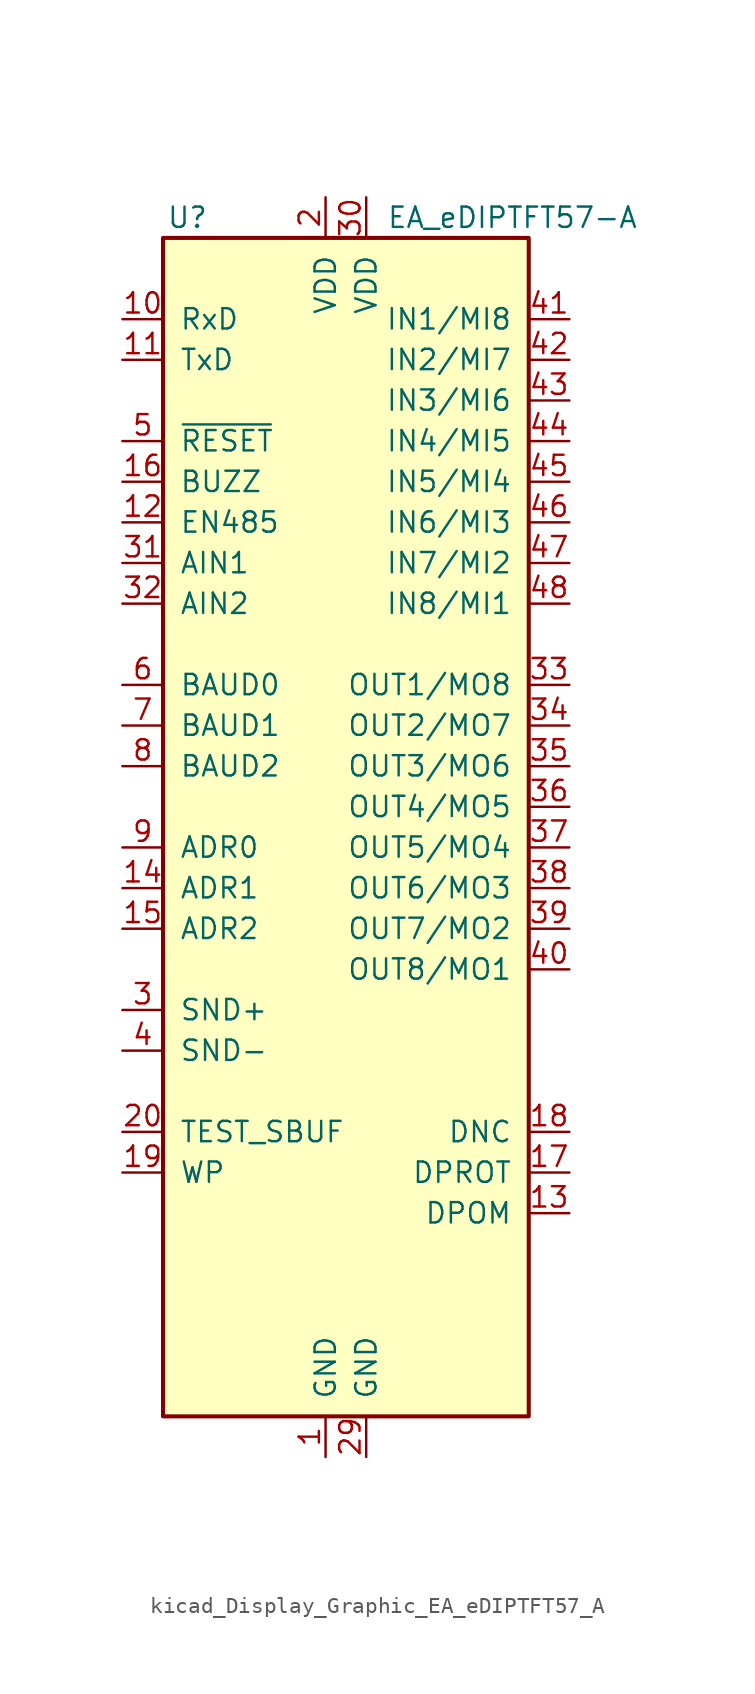
<source format=kicad_sym>
(kicad_symbol_lib
  (version 20220914)
  (generator kicad_symbol_editor)
  (symbol "kicad_Display_Graphic_EA_eDIPTFT57_A"
    (pin_names
      (offset 1.016))
    (property "Reference" "U"
      (at -8.636 36.83 0)
      (effects (font (size 1.27 1.27))))
    (property "Value" "EA_eDIPTFT57-A"
      (at 3.81 36.83 0)
      (effects (font (size 1.27 1.27)) (justify left)))
    (symbol "kicad_Display_Graphic_EA_eDIPTFT57_A_0_1"
      (rectangle (start -10.16 35.56) (end 12.7 -38.1) (stroke (width 0.254) (type default)) (fill (type background))))
    (symbol "kicad_Display_Graphic_EA_eDIPTFT57_A_1_1"
      (pin power_in line (at 0 -40.64 90) (length 2.54) (name "GND" (effects (font (size 1.27 1.27)))) (number "1" (effects (font (size 1.27 1.27)))))
      (pin input line (at -12.7 30.48 0) (length 2.54) (name "RxD" (effects (font (size 1.27 1.27)))) (number "10" (effects (font (size 1.27 1.27)))))
      (pin output line (at -12.7 27.94 0) (length 2.54) (name "TxD" (effects (font (size 1.27 1.27)))) (number "11" (effects (font (size 1.27 1.27)))))
      (pin output line (at -12.7 17.78 0) (length 2.54) (name "EN485" (effects (font (size 1.27 1.27)))) (number "12" (effects (font (size 1.27 1.27)))))
      (pin input line (at 15.24 -25.4 180) (length 2.54) (name "DPOM" (effects (font (size 1.27 1.27)))) (number "13" (effects (font (size 1.27 1.27)))))
      (pin input line (at -12.7 -5.08 0) (length 2.54) (name "ADR1" (effects (font (size 1.27 1.27)))) (number "14" (effects (font (size 1.27 1.27)))))
      (pin input line (at -12.7 -7.62 0) (length 2.54) (name "ADR2" (effects (font (size 1.27 1.27)))) (number "15" (effects (font (size 1.27 1.27)))))
      (pin output line (at -12.7 20.32 0) (length 2.54) (name "BUZZ" (effects (font (size 1.27 1.27)))) (number "16" (effects (font (size 1.27 1.27)))))
      (pin input line (at 15.24 -22.86 180) (length 2.54) (name "DPROT" (effects (font (size 1.27 1.27)))) (number "17" (effects (font (size 1.27 1.27)))))
      (pin output line (at 15.24 -20.32 180) (length 2.54) (name "DNC" (effects (font (size 1.27 1.27)))) (number "18" (effects (font (size 1.27 1.27)))))
      (pin input line (at -12.7 -22.86 0) (length 2.54) (name "WP" (effects (font (size 1.27 1.27)))) (number "19" (effects (font (size 1.27 1.27)))))
      (pin power_in line (at 0 38.1 270) (length 2.54) (name "VDD" (effects (font (size 1.27 1.27)))) (number "2" (effects (font (size 1.27 1.27)))))
      (pin bidirectional line (at -12.7 -20.32 0) (length 2.54) (name "TEST_SBUF" (effects (font (size 1.27 1.27)))) (number "20" (effects (font (size 1.27 1.27)))))
      (pin no_connect line (at -10.16 -27.94 0) (length 2.54) hide (name "NC" (effects (font (size 1.27 1.27)))) (number "21" (effects (font (size 1.27 1.27)))))
      (pin no_connect line (at -10.16 -30.48 0) (length 2.54) hide (name "NC" (effects (font (size 1.27 1.27)))) (number "22" (effects (font (size 1.27 1.27)))))
      (pin no_connect line (at -10.16 -33.02 0) (length 2.54) hide (name "NC" (effects (font (size 1.27 1.27)))) (number "23" (effects (font (size 1.27 1.27)))))
      (pin no_connect line (at -10.16 -35.56 0) (length 2.54) hide (name "NC" (effects (font (size 1.27 1.27)))) (number "24" (effects (font (size 1.27 1.27)))))
      (pin no_connect line (at 12.7 -35.56 180) (length 2.54) hide (name "NC" (effects (font (size 1.27 1.27)))) (number "25" (effects (font (size 1.27 1.27)))))
      (pin no_connect line (at 12.7 -33.02 180) (length 2.54) hide (name "NC" (effects (font (size 1.27 1.27)))) (number "26" (effects (font (size 1.27 1.27)))))
      (pin no_connect line (at 12.7 -30.48 180) (length 2.54) hide (name "NC" (effects (font (size 1.27 1.27)))) (number "27" (effects (font (size 1.27 1.27)))))
      (pin no_connect line (at 12.7 -27.94 180) (length 2.54) hide (name "NC" (effects (font (size 1.27 1.27)))) (number "28" (effects (font (size 1.27 1.27)))))
      (pin power_in line (at 2.54 -40.64 90) (length 2.54) (name "GND" (effects (font (size 1.27 1.27)))) (number "29" (effects (font (size 1.27 1.27)))))
      (pin output line (at -12.7 -12.7 0) (length 2.54) (name "SND+" (effects (font (size 1.27 1.27)))) (number "3" (effects (font (size 1.27 1.27)))))
      (pin power_in line (at 2.54 38.1 270) (length 2.54) (name "VDD" (effects (font (size 1.27 1.27)))) (number "30" (effects (font (size 1.27 1.27)))))
      (pin input line (at -12.7 15.24 0) (length 2.54) (name "AIN1" (effects (font (size 1.27 1.27)))) (number "31" (effects (font (size 1.27 1.27)))))
      (pin input line (at -12.7 12.7 0) (length 2.54) (name "AIN2" (effects (font (size 1.27 1.27)))) (number "32" (effects (font (size 1.27 1.27)))))
      (pin output line (at 15.24 7.62 180) (length 2.54) (name "OUT1/MO8" (effects (font (size 1.27 1.27)))) (number "33" (effects (font (size 1.27 1.27)))))
      (pin output line (at 15.24 5.08 180) (length 2.54) (name "OUT2/MO7" (effects (font (size 1.27 1.27)))) (number "34" (effects (font (size 1.27 1.27)))))
      (pin output line (at 15.24 2.54 180) (length 2.54) (name "OUT3/MO6" (effects (font (size 1.27 1.27)))) (number "35" (effects (font (size 1.27 1.27)))))
      (pin output line (at 15.24 0 180) (length 2.54) (name "OUT4/MO5" (effects (font (size 1.27 1.27)))) (number "36" (effects (font (size 1.27 1.27)))))
      (pin output line (at 15.24 -2.54 180) (length 2.54) (name "OUT5/MO4" (effects (font (size 1.27 1.27)))) (number "37" (effects (font (size 1.27 1.27)))))
      (pin output line (at 15.24 -5.08 180) (length 2.54) (name "OUT6/MO3" (effects (font (size 1.27 1.27)))) (number "38" (effects (font (size 1.27 1.27)))))
      (pin output line (at 15.24 -7.62 180) (length 2.54) (name "OUT7/MO2" (effects (font (size 1.27 1.27)))) (number "39" (effects (font (size 1.27 1.27)))))
      (pin input line (at -12.7 -15.24 0) (length 2.54) (name "SND-" (effects (font (size 1.27 1.27)))) (number "4" (effects (font (size 1.27 1.27)))))
      (pin output line (at 15.24 -10.16 180) (length 2.54) (name "OUT8/MO1" (effects (font (size 1.27 1.27)))) (number "40" (effects (font (size 1.27 1.27)))))
      (pin input line (at 15.24 30.48 180) (length 2.54) (name "IN1/MI8" (effects (font (size 1.27 1.27)))) (number "41" (effects (font (size 1.27 1.27)))))
      (pin input line (at 15.24 27.94 180) (length 2.54) (name "IN2/MI7" (effects (font (size 1.27 1.27)))) (number "42" (effects (font (size 1.27 1.27)))))
      (pin input line (at 15.24 25.4 180) (length 2.54) (name "IN3/MI6" (effects (font (size 1.27 1.27)))) (number "43" (effects (font (size 1.27 1.27)))))
      (pin input line (at 15.24 22.86 180) (length 2.54) (name "IN4/MI5" (effects (font (size 1.27 1.27)))) (number "44" (effects (font (size 1.27 1.27)))))
      (pin input line (at 15.24 20.32 180) (length 2.54) (name "IN5/MI4" (effects (font (size 1.27 1.27)))) (number "45" (effects (font (size 1.27 1.27)))))
      (pin input line (at 15.24 17.78 180) (length 2.54) (name "IN6/MI3" (effects (font (size 1.27 1.27)))) (number "46" (effects (font (size 1.27 1.27)))))
      (pin input line (at 15.24 15.24 180) (length 2.54) (name "IN7/MI2" (effects (font (size 1.27 1.27)))) (number "47" (effects (font (size 1.27 1.27)))))
      (pin input line (at 15.24 12.7 180) (length 2.54) (name "IN8/MI1" (effects (font (size 1.27 1.27)))) (number "48" (effects (font (size 1.27 1.27)))))
      (pin input line (at -12.7 22.86 0) (length 2.54) (name "~{RESET}" (effects (font (size 1.27 1.27)))) (number "5" (effects (font (size 1.27 1.27)))))
      (pin input line (at -12.7 7.62 0) (length 2.54) (name "BAUD0" (effects (font (size 1.27 1.27)))) (number "6" (effects (font (size 1.27 1.27)))))
      (pin input line (at -12.7 5.08 0) (length 2.54) (name "BAUD1" (effects (font (size 1.27 1.27)))) (number "7" (effects (font (size 1.27 1.27)))))
      (pin input line (at -12.7 2.54 0) (length 2.54) (name "BAUD2" (effects (font (size 1.27 1.27)))) (number "8" (effects (font (size 1.27 1.27)))))
      (pin input line (at -12.7 -2.54 0) (length 2.54) (name "ADR0" (effects (font (size 1.27 1.27)))) (number "9" (effects (font (size 1.27 1.27))))))))
</source>
